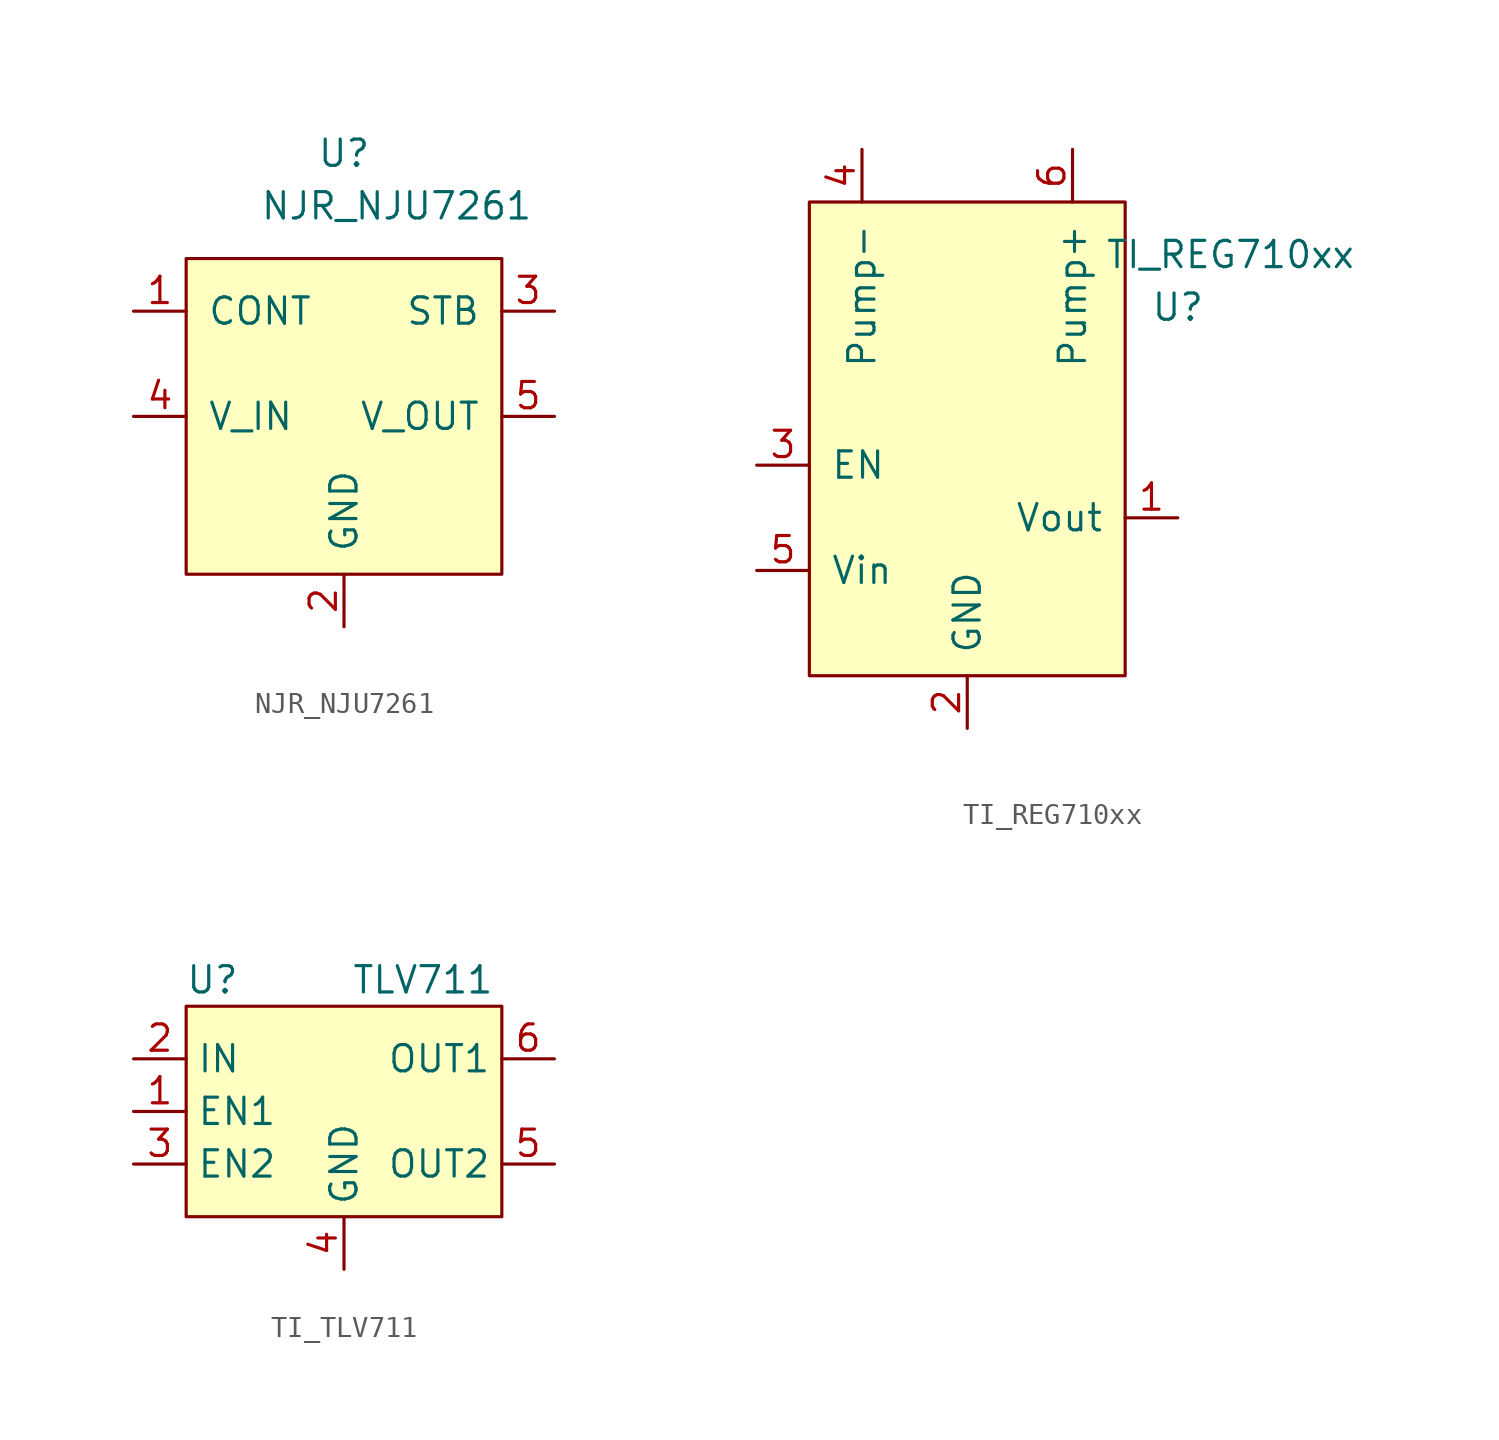
<source format=kicad_sym>
(kicad_symbol_lib
  (version 20220914)
  (generator kicad_symbol_editor)
  (symbol "NJR_NJU7261"
    (pin_names
      (offset 1.016))
    (property "Reference" "U"
      (at 0 12.7 0)
      (effects (font (size 1.27 1.27))))
    (property "Value" "NJR_NJU7261"
      (at 2.54 10.16 0)
      (effects (font (size 1.27 1.27))))
    (symbol "NJR_NJU7261_0_0"
      (pin input line (at -10.16 5.08 0) (length 2.54) (name "CONT" (effects (font (size 1.27 1.27)))) (number "1" (effects (font (size 1.27 1.27)))))
      (pin input line (at 0 -10.16 90) (length 2.54) (name "GND" (effects (font (size 1.27 1.27)))) (number "2" (effects (font (size 1.27 1.27)))))
      (pin input line (at 10.16 5.08 180) (length 2.54) (name "STB" (effects (font (size 1.27 1.27)))) (number "3" (effects (font (size 1.27 1.27)))))
      (pin input line (at -10.16 0 0) (length 2.54) (name "V_IN" (effects (font (size 1.27 1.27)))) (number "4" (effects (font (size 1.27 1.27)))))
      (pin input line (at 10.16 0 180) (length 2.54) (name "V_OUT" (effects (font (size 1.27 1.27)))) (number "5" (effects (font (size 1.27 1.27))))))
    (symbol "NJR_NJU7261_0_1"
      (rectangle (start -7.62 7.62) (end 7.62 -7.62) (stroke (width 0) (type default)) (fill (type background)))))
  (symbol "TI_REG710xx"
    (pin_names
      (offset 1.016))
    (property "Reference" "U"
      (at 10.16 10.16 0)
      (effects (font (size 1.27 1.27))))
    (property "Value" "TI_REG710xx"
      (at 12.7 12.7 0)
      (effects (font (size 1.27 1.27))))
    (symbol "TI_REG710xx_0_0"
      (pin input line (at 10.16 0 180) (length 2.54) (name "Vout" (effects (font (size 1.27 1.27)))) (number "1" (effects (font (size 1.27 1.27)))))
      (pin input line (at 0 -10.16 90) (length 2.54) (name "GND" (effects (font (size 1.27 1.27)))) (number "2" (effects (font (size 1.27 1.27)))))
      (pin input line (at -10.16 2.54 0) (length 2.54) (name "EN" (effects (font (size 1.27 1.27)))) (number "3" (effects (font (size 1.27 1.27)))))
      (pin input line (at -5.08 17.78 270) (length 2.54) (name "Pump-" (effects (font (size 1.27 1.27)))) (number "4" (effects (font (size 1.27 1.27)))))
      (pin input line (at -10.16 -2.54 0) (length 2.54) (name "Vin" (effects (font (size 1.27 1.27)))) (number "5" (effects (font (size 1.27 1.27)))))
      (pin input line (at 5.08 17.78 270) (length 2.54) (name "Pump+" (effects (font (size 1.27 1.27)))) (number "6" (effects (font (size 1.27 1.27))))))
    (symbol "TI_REG710xx_0_1"
      (rectangle (start -7.62 15.24) (end 7.62 -7.62) (stroke (width 0) (type default)) (fill (type background)))))
  (symbol "TI_TLV711"
    (property "Reference" "U"
      (at -6.35 3.81 0)
      (effects (font (size 1.27 1.27))))
    (property "Value" "TLV711"
      (at 3.81 3.81 0)
      (effects (font (size 1.27 1.27))))
    (symbol "TI_TLV711_0_0"
      (pin unspecified line (at -10.16 -2.54 0) (length 2.54) (name "EN1" (effects (font (size 1.27 1.27)))) (number "1" (effects (font (size 1.27 1.27)))))
      (pin unspecified line (at -10.16 0 0) (length 2.54) (name "IN" (effects (font (size 1.27 1.27)))) (number "2" (effects (font (size 1.27 1.27)))))
      (pin unspecified line (at -10.16 -5.08 0) (length 2.54) (name "EN2" (effects (font (size 1.27 1.27)))) (number "3" (effects (font (size 1.27 1.27)))))
      (pin unspecified line (at 0 -10.16 90) (length 2.54) (name "GND" (effects (font (size 1.27 1.27)))) (number "4" (effects (font (size 1.27 1.27)))))
      (pin unspecified line (at 10.16 -5.08 180) (length 2.54) (name "OUT2" (effects (font (size 1.27 1.27)))) (number "5" (effects (font (size 1.27 1.27)))))
      (pin unspecified line (at 10.16 0 180) (length 2.54) (name "OUT1" (effects (font (size 1.27 1.27)))) (number "6" (effects (font (size 1.27 1.27))))))
    (symbol "TI_TLV711_1_1"
      (rectangle (start -7.62 2.54) (end 7.62 -7.62) (stroke (width 0) (type default)) (fill (type background))))))
</source>
